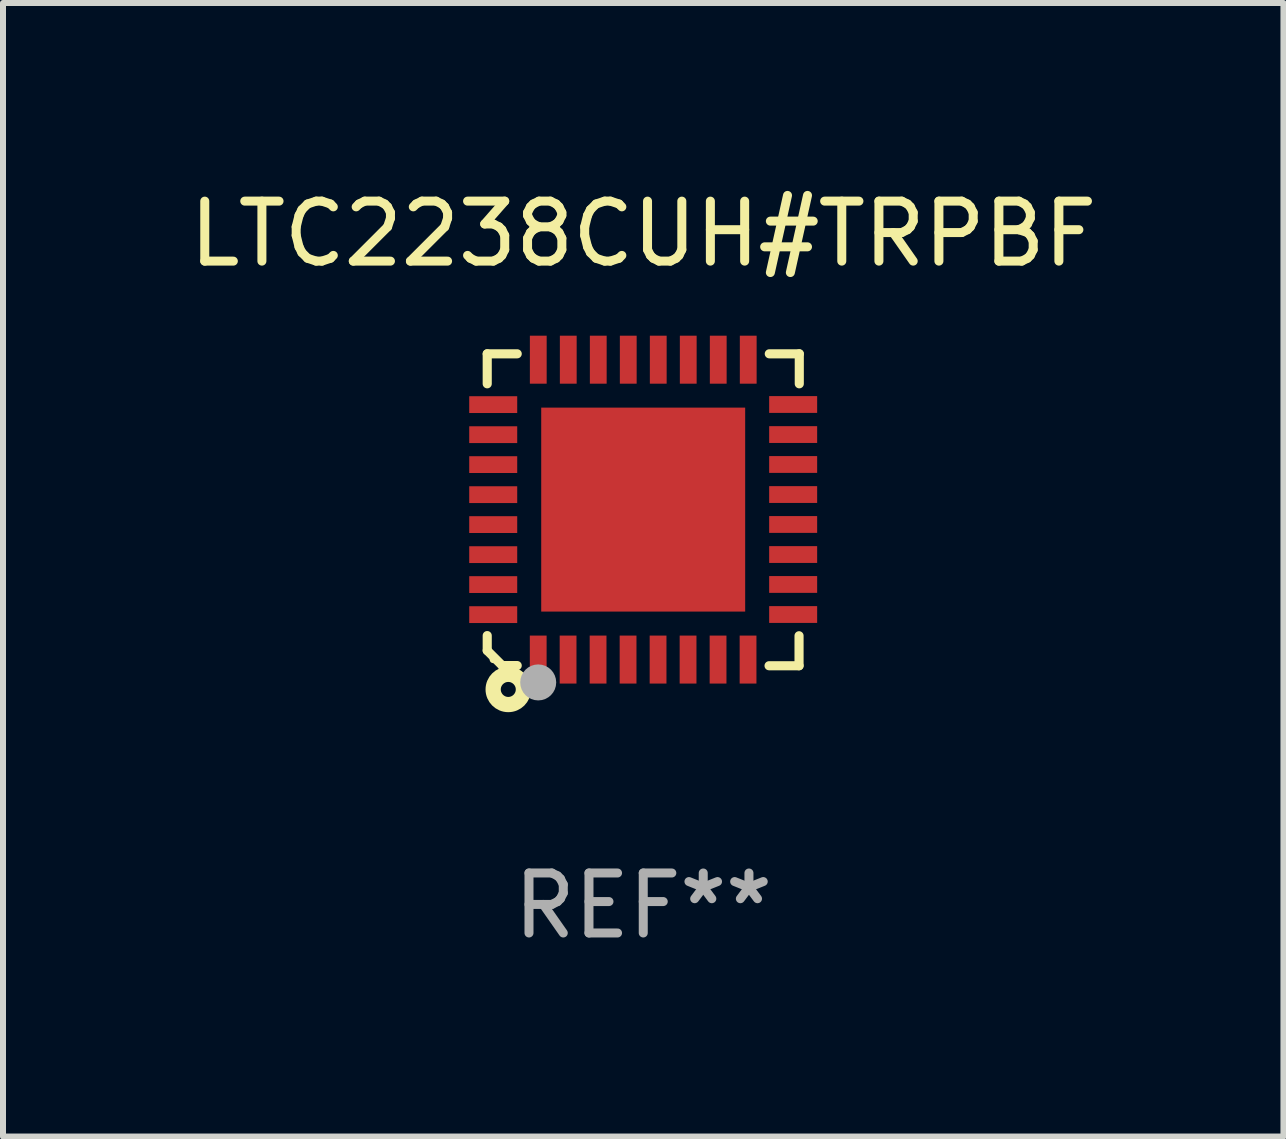
<source format=kicad_pcb>
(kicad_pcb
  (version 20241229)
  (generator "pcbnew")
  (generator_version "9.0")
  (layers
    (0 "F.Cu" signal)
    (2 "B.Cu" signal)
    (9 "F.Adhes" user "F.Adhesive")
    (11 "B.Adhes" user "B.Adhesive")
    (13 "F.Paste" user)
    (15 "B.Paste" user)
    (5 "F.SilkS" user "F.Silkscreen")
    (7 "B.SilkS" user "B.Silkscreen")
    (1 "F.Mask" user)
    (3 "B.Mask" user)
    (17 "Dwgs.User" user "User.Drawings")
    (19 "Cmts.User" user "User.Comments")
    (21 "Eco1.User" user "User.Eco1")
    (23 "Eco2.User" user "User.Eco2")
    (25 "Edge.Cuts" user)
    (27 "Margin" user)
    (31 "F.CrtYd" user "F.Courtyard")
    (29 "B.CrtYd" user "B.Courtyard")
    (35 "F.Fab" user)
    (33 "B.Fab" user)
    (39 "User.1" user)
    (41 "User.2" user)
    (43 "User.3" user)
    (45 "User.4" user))
  (footprint "LTC2238CUH#TRPBF"
    (layer "F.Cu")
    (at 7.673 5.448)
    (property "Reference" "LTC2238CUH#TRPBF" (at 0 -4.6 0) (layer "F.SilkS") (effects (font (size 1 1) (thickness 0.15))))
    (attr through_hole)
    (fp_line (start -2.601 2.097) (end -2.601 2.347) (stroke (width 0.152) (type solid)) (layer "F.SilkS"))
    (fp_line (start -2.601 2.347) (end -2.351 2.597) (stroke (width 0.152) (type solid)) (layer "F.SilkS"))
    (fp_line (start -2.601 -2.6) (end -2.601 -2.1) (stroke (width 0.152) (type solid)) (layer "F.SilkS"))
    (fp_line (start -2.601 -2.6) (end -2.101 -2.6) (stroke (width 0.152) (type solid)) (layer "F.SilkS"))
    (fp_line (start -2.351 2.597) (end -2.101 2.597) (stroke (width 0.152) (type solid)) (layer "F.SilkS"))
    (fp_line (start 2.597 2.6) (end 2.097 2.6) (stroke (width 0.152) (type solid)) (layer "F.SilkS"))
    (fp_line (start 2.597 2.6) (end 2.597 2.1) (stroke (width 0.152) (type solid)) (layer "F.SilkS"))
    (fp_line (start 2.601 -2.6) (end 2.101 -2.6) (stroke (width 0.152) (type solid)) (layer "F.SilkS"))
    (fp_line (start 2.601 -2.6) (end 2.601 -2.1) (stroke (width 0.152) (type solid)) (layer "F.SilkS"))
    (fp_circle (center -2.501 2.497) (end -2.471 2.497) (stroke (width 0.06) (type solid)) (fill no) (layer "F.SilkS"))
    (fp_circle (center -2.25 2.995) (end -2.125 2.995) (stroke (width 0.254) (type solid)) (fill no) (layer "F.SilkS"))
    (fp_circle (center -1.751 2.878) (end -1.601 2.878) (stroke (width 0.3) (type solid)) (fill no) (layer "F.Fab"))
    (fp_text user "REF**" (at 0 6.6 0) (layer "F.Fab") (effects (font (size 1 1) (thickness 0.15))))
    (pad "1" smd rect (at -1.751 2.497) (size 0.28 0.8) (layers "F.Cu" "F.Mask" "F.Paste"))
    (pad "2" smd rect (at -1.253 2.497) (size 0.28 0.8) (layers "F.Cu" "F.Mask" "F.Paste"))
    (pad "3" smd rect (at -0.753 2.497) (size 0.28 0.8) (layers "F.Cu" "F.Mask" "F.Paste"))
    (pad "4" smd rect (at -0.253 2.497) (size 0.28 0.8) (layers "F.Cu" "F.Mask" "F.Paste"))
    (pad "5" smd rect (at 0.247 2.497) (size 0.28 0.8) (layers "F.Cu" "F.Mask" "F.Paste"))
    (pad "6" smd rect (at 0.747 2.497) (size 0.28 0.8) (layers "F.Cu" "F.Mask" "F.Paste"))
    (pad "7" smd rect (at 1.247 2.497) (size 0.28 0.8) (layers "F.Cu" "F.Mask" "F.Paste"))
    (pad "8" smd rect (at 1.747 2.497) (size 0.28 0.8) (layers "F.Cu" "F.Mask" "F.Paste"))
    (pad "9" smd rect (at 2.499 1.746) (size 0.8 0.28) (layers "F.Cu" "F.Mask" "F.Paste"))
    (pad "10" smd rect (at 2.499 1.245) (size 0.8 0.28) (layers "F.Cu" "F.Mask" "F.Paste"))
    (pad "11" smd rect (at 2.499 0.746) (size 0.8 0.28) (layers "F.Cu" "F.Mask" "F.Paste"))
    (pad "12" smd rect (at 2.499 0.245) (size 0.8 0.28) (layers "F.Cu" "F.Mask" "F.Paste"))
    (pad "13" smd rect (at 2.499 -0.254) (size 0.8 0.28) (layers "F.Cu" "F.Mask" "F.Paste"))
    (pad "14" smd rect (at 2.499 -0.755) (size 0.8 0.28) (layers "F.Cu" "F.Mask" "F.Paste"))
    (pad "15" smd rect (at 2.499 -1.254) (size 0.8 0.28) (layers "F.Cu" "F.Mask" "F.Paste"))
    (pad "16" smd rect (at 2.499 -1.755) (size 0.8 0.28) (layers "F.Cu" "F.Mask" "F.Paste"))
    (pad "17" smd rect (at 1.75 -2.502) (size 0.28 0.8) (layers "F.Cu" "F.Mask" "F.Paste"))
    (pad "18" smd rect (at 1.25 -2.502) (size 0.28 0.8) (layers "F.Cu" "F.Mask" "F.Paste"))
    (pad "19" smd rect (at 0.75 -2.502) (size 0.28 0.8) (layers "F.Cu" "F.Mask" "F.Paste"))
    (pad "20" smd rect (at 0.25 -2.502) (size 0.28 0.8) (layers "F.Cu" "F.Mask" "F.Paste"))
    (pad "21" smd rect (at -0.25 -2.502) (size 0.28 0.8) (layers "F.Cu" "F.Mask" "F.Paste"))
    (pad "22" smd rect (at -0.75 -2.502) (size 0.28 0.8) (layers "F.Cu" "F.Mask" "F.Paste"))
    (pad "23" smd rect (at -1.25 -2.502) (size 0.28 0.8) (layers "F.Cu" "F.Mask" "F.Paste"))
    (pad "24" smd rect (at -1.75 -2.502) (size 0.28 0.8) (layers "F.Cu" "F.Mask" "F.Paste"))
    (pad "25" smd rect (at -2.501 -1.753) (size 0.8 0.28) (layers "F.Cu" "F.Mask" "F.Paste"))
    (pad "26" smd rect (at -2.501 -1.252) (size 0.8 0.28) (layers "F.Cu" "F.Mask" "F.Paste"))
    (pad "27" smd rect (at -2.501 -0.753) (size 0.8 0.28) (layers "F.Cu" "F.Mask" "F.Paste"))
    (pad "28" smd rect (at -2.501 -0.252) (size 0.8 0.28) (layers "F.Cu" "F.Mask" "F.Paste"))
    (pad "29" smd rect (at -2.501 0.247) (size 0.8 0.28) (layers "F.Cu" "F.Mask" "F.Paste"))
    (pad "30" smd rect (at -2.501 0.748) (size 0.8 0.28) (layers "F.Cu" "F.Mask" "F.Paste"))
    (pad "31" smd rect (at -2.501 1.247) (size 0.8 0.28) (layers "F.Cu" "F.Mask" "F.Paste"))
    (pad "32" smd rect (at -2.501 1.748) (size 0.8 0.28) (layers "F.Cu" "F.Mask" "F.Paste"))
    (pad "33" smd rect (at -0.001 -0.003 180) (size 3.4 3.4) (layers "F.Cu" "F.Mask" "F.Paste")))
  (gr_rect
    (start -3 -3)
    (end 18.345 15.896)
    (stroke (width 0.1) (type default))
    (fill no)
    (layer "Edge.Cuts")))
</source>
